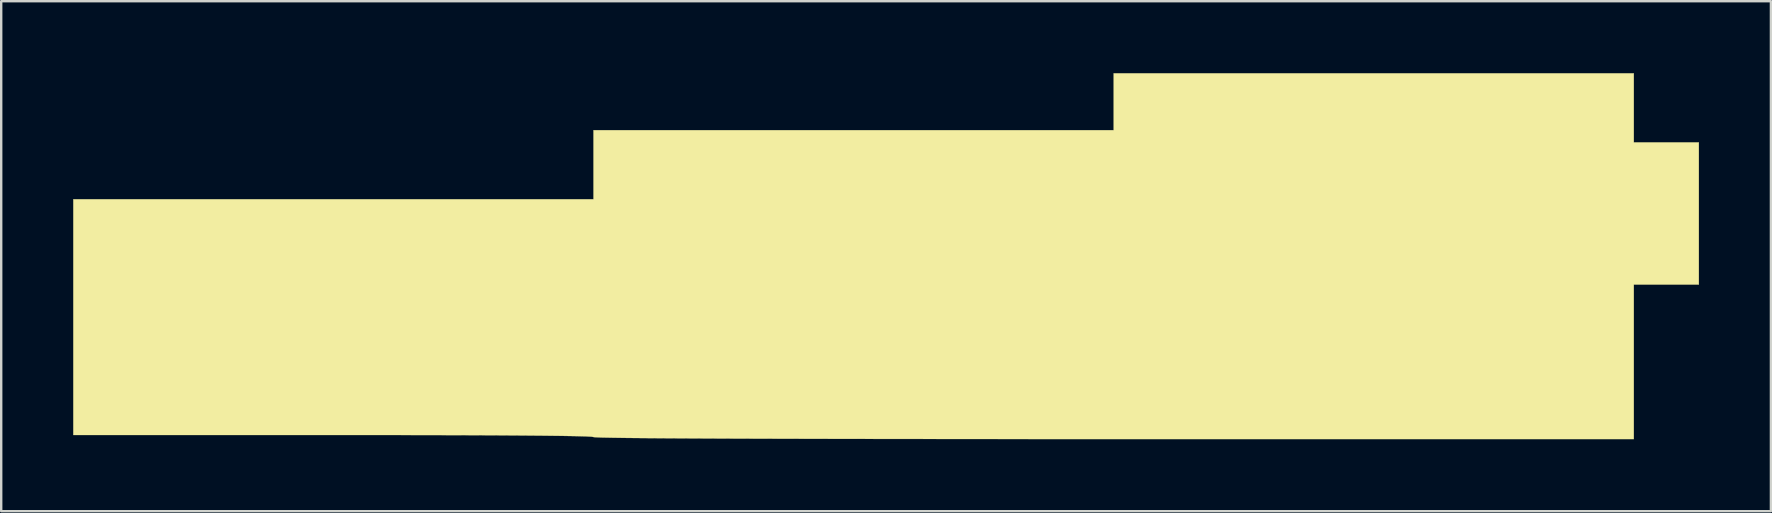
<source format=kicad_pcb>
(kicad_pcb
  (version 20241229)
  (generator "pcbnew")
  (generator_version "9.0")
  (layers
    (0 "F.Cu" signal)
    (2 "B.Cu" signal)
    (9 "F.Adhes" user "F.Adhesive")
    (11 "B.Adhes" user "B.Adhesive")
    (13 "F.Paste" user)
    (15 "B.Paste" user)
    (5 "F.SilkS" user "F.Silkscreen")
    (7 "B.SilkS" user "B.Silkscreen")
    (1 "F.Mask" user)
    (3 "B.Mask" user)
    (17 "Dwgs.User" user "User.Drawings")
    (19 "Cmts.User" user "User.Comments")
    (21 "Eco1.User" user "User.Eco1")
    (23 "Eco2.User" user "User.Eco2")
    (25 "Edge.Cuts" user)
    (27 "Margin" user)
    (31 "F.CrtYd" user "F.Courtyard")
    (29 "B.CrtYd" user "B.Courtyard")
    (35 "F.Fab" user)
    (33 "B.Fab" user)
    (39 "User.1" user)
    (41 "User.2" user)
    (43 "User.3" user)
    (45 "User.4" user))
  (footprint "EtherCAT"
    (layer "F.Cu")
    (at 33.872 7.625)
    (property "Reference" "EtherCAT" (at 0 0 0) (layer "F.SilkS") (effects (font (size 1.524 1.524) (thickness 0.3))))
    (attr through_hole)
    (fp_poly (pts (xy 31.157 -4.741) (xy 33.867 -4.741) (xy 33.867 1.185) (xy 31.157 1.185) (xy 31.157 7.62) (xy 9.483 7.62) (xy 6.877 7.62) (xy 4.437 7.619) (xy 2.163 7.617) (xy 0.055 7.615) (xy -1.886 7.612) (xy -3.661 7.608) (xy -5.269 7.604) (xy -6.71 7.599) (xy -7.983 7.593) (xy -9.089 7.587) (xy -10.027 7.58) (xy -10.797 7.573) (xy -11.399 7.564) (xy -11.832 7.556) (xy -12.096 7.546) (xy -12.192 7.536) (xy -12.192 7.535) (xy -12.277 7.521) (xy -12.53 7.508) (xy -12.951 7.497) (xy -13.539 7.487) (xy -14.294 7.478) (xy -15.215 7.47) (xy -16.301 7.463) (xy -17.552 7.458) (xy -18.967 7.454) (xy -20.544 7.452) (xy -22.284 7.451) (xy -23.029 7.451) (xy -33.867 7.451) (xy -33.867 -2.371) (xy -12.192 -2.371) (xy -12.192 -5.249) (xy 9.483 -5.249) (xy 9.483 -7.62) (xy 31.157 -7.62) (xy 31.157 -4.741)) (stroke (width 0.01) (type solid)) (fill yes) (layer "F.SilkS")))
  (gr_rect
    (start -3 -3)
    (end 70.743 18.25)
    (stroke (width 0.1) (type default))
    (fill no)
    (layer "Edge.Cuts")))
</source>
